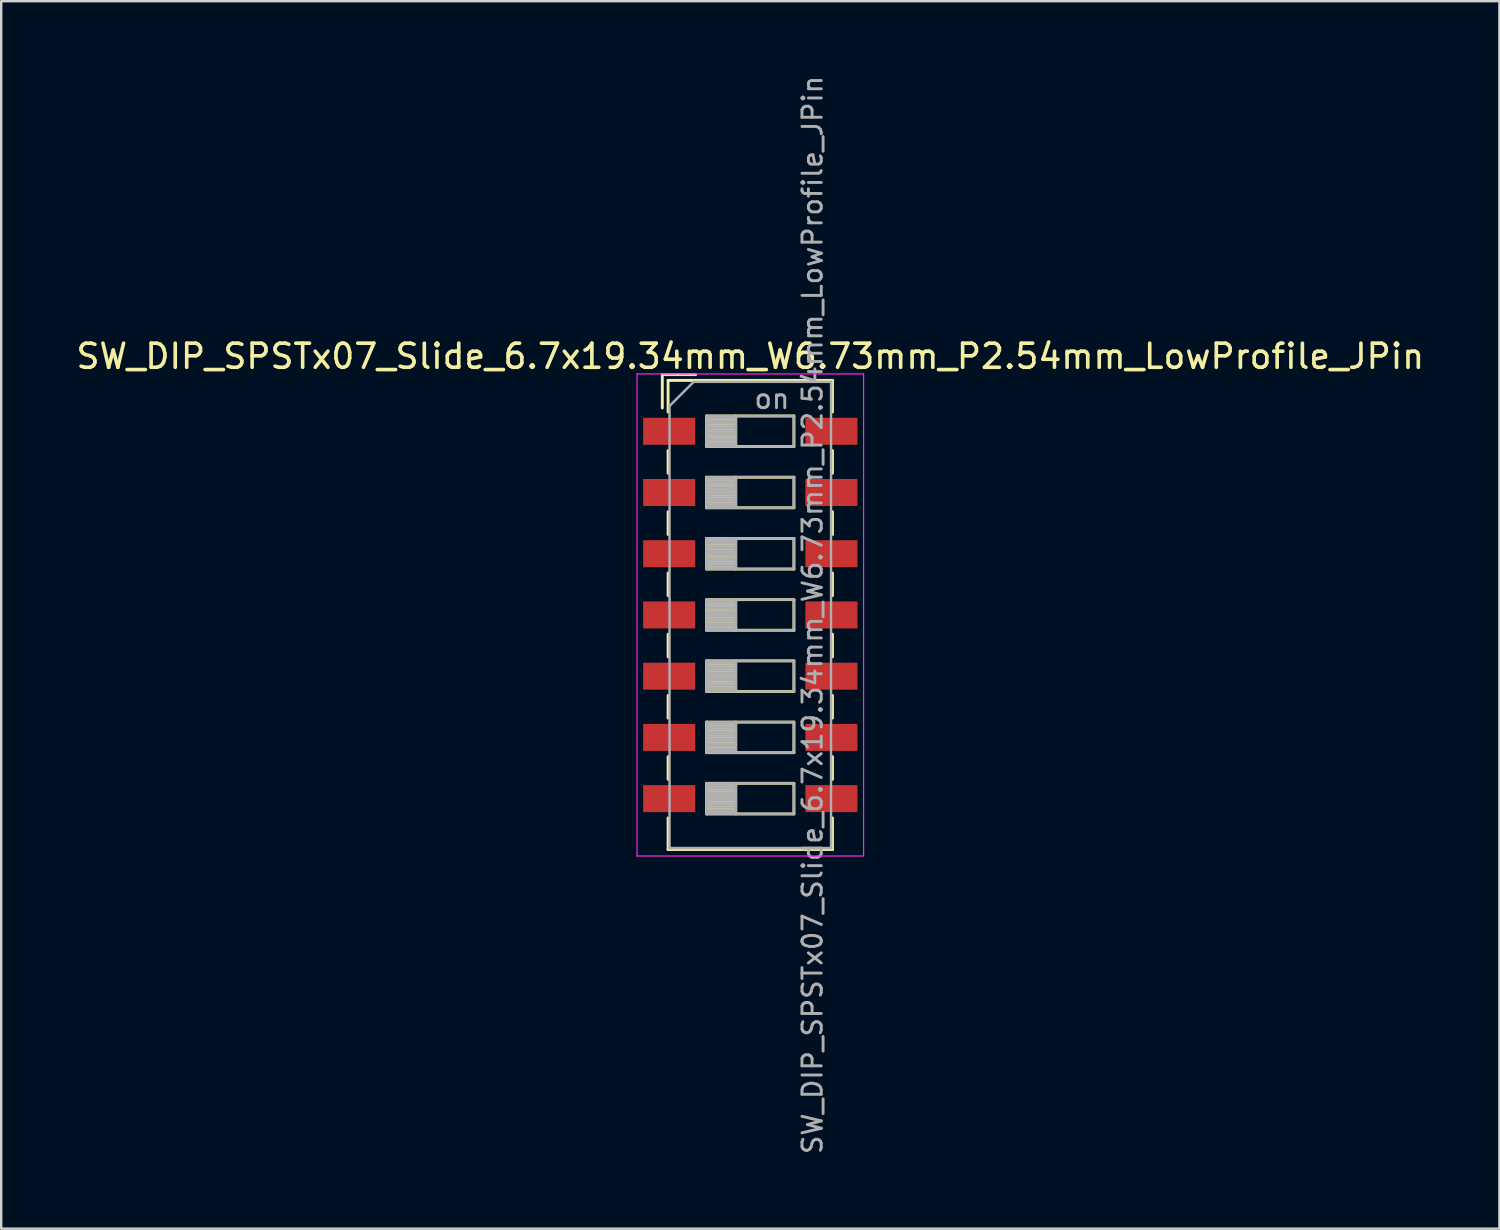
<source format=kicad_pcb>
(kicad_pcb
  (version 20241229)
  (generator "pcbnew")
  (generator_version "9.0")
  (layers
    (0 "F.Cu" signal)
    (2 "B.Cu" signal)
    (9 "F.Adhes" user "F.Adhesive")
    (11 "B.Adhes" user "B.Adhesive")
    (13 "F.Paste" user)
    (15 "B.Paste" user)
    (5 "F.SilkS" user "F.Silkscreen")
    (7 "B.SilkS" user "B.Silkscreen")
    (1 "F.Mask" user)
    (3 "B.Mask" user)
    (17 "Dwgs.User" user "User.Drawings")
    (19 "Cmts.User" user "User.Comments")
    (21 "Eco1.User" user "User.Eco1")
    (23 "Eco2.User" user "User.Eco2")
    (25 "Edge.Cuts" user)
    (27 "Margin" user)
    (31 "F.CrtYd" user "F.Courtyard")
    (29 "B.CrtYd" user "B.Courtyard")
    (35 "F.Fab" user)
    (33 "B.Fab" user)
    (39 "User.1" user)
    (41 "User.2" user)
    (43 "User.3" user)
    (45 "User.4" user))
  (footprint "SW_DIP_SPSTx07_Slide_6.7x19.34mm_W6.73mm_P2.54mm_LowProfile_JPin"
    (layer "F.Cu")
    (at 28.077 22.462)
    (property "Reference" "SW_DIP_SPSTx07_Slide_6.7x19.34mm_W6.73mm_P2.54mm_LowProfile_JPin" (at 0 -10.73 0) (layer "F.SilkS") (effects (font (size 1 1) (thickness 0.15))))
    (attr smd)
    (fp_line (start -3.65 -9.97) (end -3.65 -8.587) (stroke (width 0.12) (type solid)) (layer "F.SilkS"))
    (fp_line (start -3.65 -9.97) (end -2.267 -9.97) (stroke (width 0.12) (type solid)) (layer "F.SilkS"))
    (fp_line (start -3.41 -9.73) (end -3.41 -8.42) (stroke (width 0.12) (type solid)) (layer "F.SilkS"))
    (fp_line (start -3.41 -9.73) (end 3.41 -9.73) (stroke (width 0.12) (type solid)) (layer "F.SilkS"))
    (fp_line (start -3.41 -6.82) (end -3.41 -5.88) (stroke (width 0.12) (type solid)) (layer "F.SilkS"))
    (fp_line (start -3.41 -4.28) (end -3.41 -3.34) (stroke (width 0.12) (type solid)) (layer "F.SilkS"))
    (fp_line (start -3.41 -1.74) (end -3.41 -0.8) (stroke (width 0.12) (type solid)) (layer "F.SilkS"))
    (fp_line (start -3.41 0.8) (end -3.41 1.74) (stroke (width 0.12) (type solid)) (layer "F.SilkS"))
    (fp_line (start -3.41 3.34) (end -3.41 4.28) (stroke (width 0.12) (type solid)) (layer "F.SilkS"))
    (fp_line (start -3.41 5.88) (end -3.41 6.82) (stroke (width 0.12) (type solid)) (layer "F.SilkS"))
    (fp_line (start -3.41 8.42) (end -3.41 9.73) (stroke (width 0.12) (type solid)) (layer "F.SilkS"))
    (fp_line (start -3.41 9.73) (end 3.41 9.73) (stroke (width 0.12) (type solid)) (layer "F.SilkS"))
    (fp_line (start -1.81 -8.255) (end -1.81 -6.985) (stroke (width 0.12) (type solid)) (layer "F.SilkS"))
    (fp_line (start -1.81 -8.135) (end -0.603 -8.135) (stroke (width 0.12) (type solid)) (layer "F.SilkS"))
    (fp_line (start -1.81 -8.015) (end -0.603 -8.015) (stroke (width 0.12) (type solid)) (layer "F.SilkS"))
    (fp_line (start -1.81 -7.895) (end -0.603 -7.895) (stroke (width 0.12) (type solid)) (layer "F.SilkS"))
    (fp_line (start -1.81 -7.775) (end -0.603 -7.775) (stroke (width 0.12) (type solid)) (layer "F.SilkS"))
    (fp_line (start -1.81 -7.655) (end -0.603 -7.655) (stroke (width 0.12) (type solid)) (layer "F.SilkS"))
    (fp_line (start -1.81 -7.535) (end -0.603 -7.535) (stroke (width 0.12) (type solid)) (layer "F.SilkS"))
    (fp_line (start -1.81 -7.415) (end -0.603 -7.415) (stroke (width 0.12) (type solid)) (layer "F.SilkS"))
    (fp_line (start -1.81 -7.295) (end -0.603 -7.295) (stroke (width 0.12) (type solid)) (layer "F.SilkS"))
    (fp_line (start -1.81 -7.175) (end -0.603 -7.175) (stroke (width 0.12) (type solid)) (layer "F.SilkS"))
    (fp_line (start -1.81 -7.055) (end -0.603 -7.055) (stroke (width 0.12) (type solid)) (layer "F.SilkS"))
    (fp_line (start -1.81 -6.985) (end 1.81 -6.985) (stroke (width 0.12) (type solid)) (layer "F.SilkS"))
    (fp_line (start -1.81 -5.715) (end -1.81 -4.445) (stroke (width 0.12) (type solid)) (layer "F.SilkS"))
    (fp_line (start -1.81 -5.595) (end -0.603 -5.595) (stroke (width 0.12) (type solid)) (layer "F.SilkS"))
    (fp_line (start -1.81 -5.475) (end -0.603 -5.475) (stroke (width 0.12) (type solid)) (layer "F.SilkS"))
    (fp_line (start -1.81 -5.355) (end -0.603 -5.355) (stroke (width 0.12) (type solid)) (layer "F.SilkS"))
    (fp_line (start -1.81 -5.235) (end -0.603 -5.235) (stroke (width 0.12) (type solid)) (layer "F.SilkS"))
    (fp_line (start -1.81 -5.115) (end -0.603 -5.115) (stroke (width 0.12) (type solid)) (layer "F.SilkS"))
    (fp_line (start -1.81 -4.995) (end -0.603 -4.995) (stroke (width 0.12) (type solid)) (layer "F.SilkS"))
    (fp_line (start -1.81 -4.875) (end -0.603 -4.875) (stroke (width 0.12) (type solid)) (layer "F.SilkS"))
    (fp_line (start -1.81 -4.755) (end -0.603 -4.755) (stroke (width 0.12) (type solid)) (layer "F.SilkS"))
    (fp_line (start -1.81 -4.635) (end -0.603 -4.635) (stroke (width 0.12) (type solid)) (layer "F.SilkS"))
    (fp_line (start -1.81 -4.515) (end -0.603 -4.515) (stroke (width 0.12) (type solid)) (layer "F.SilkS"))
    (fp_line (start -1.81 -4.445) (end 1.81 -4.445) (stroke (width 0.12) (type solid)) (layer "F.SilkS"))
    (fp_line (start -1.81 -3.175) (end -1.81 -1.905) (stroke (width 0.12) (type solid)) (layer "F.SilkS"))
    (fp_line (start -1.81 -3.055) (end -0.603 -3.055) (stroke (width 0.12) (type solid)) (layer "F.SilkS"))
    (fp_line (start -1.81 -2.935) (end -0.603 -2.935) (stroke (width 0.12) (type solid)) (layer "F.SilkS"))
    (fp_line (start -1.81 -2.815) (end -0.603 -2.815) (stroke (width 0.12) (type solid)) (layer "F.SilkS"))
    (fp_line (start -1.81 -2.695) (end -0.603 -2.695) (stroke (width 0.12) (type solid)) (layer "F.SilkS"))
    (fp_line (start -1.81 -2.575) (end -0.603 -2.575) (stroke (width 0.12) (type solid)) (layer "F.SilkS"))
    (fp_line (start -1.81 -2.455) (end -0.603 -2.455) (stroke (width 0.12) (type solid)) (layer "F.SilkS"))
    (fp_line (start -1.81 -2.335) (end -0.603 -2.335) (stroke (width 0.12) (type solid)) (layer "F.SilkS"))
    (fp_line (start -1.81 -2.215) (end -0.603 -2.215) (stroke (width 0.12) (type solid)) (layer "F.SilkS"))
    (fp_line (start -1.81 -2.095) (end -0.603 -2.095) (stroke (width 0.12) (type solid)) (layer "F.SilkS"))
    (fp_line (start -1.81 -1.975) (end -0.603 -1.975) (stroke (width 0.12) (type solid)) (layer "F.SilkS"))
    (fp_line (start -1.81 -1.905) (end 1.81 -1.905) (stroke (width 0.12) (type solid)) (layer "F.SilkS"))
    (fp_line (start -1.81 -0.635) (end -1.81 0.635) (stroke (width 0.12) (type solid)) (layer "F.SilkS"))
    (fp_line (start -1.81 -0.515) (end -0.603 -0.515) (stroke (width 0.12) (type solid)) (layer "F.SilkS"))
    (fp_line (start -1.81 -0.395) (end -0.603 -0.395) (stroke (width 0.12) (type solid)) (layer "F.SilkS"))
    (fp_line (start -1.81 -0.275) (end -0.603 -0.275) (stroke (width 0.12) (type solid)) (layer "F.SilkS"))
    (fp_line (start -1.81 -0.155) (end -0.603 -0.155) (stroke (width 0.12) (type solid)) (layer "F.SilkS"))
    (fp_line (start -1.81 -0.035) (end -0.603 -0.035) (stroke (width 0.12) (type solid)) (layer "F.SilkS"))
    (fp_line (start -1.81 0.085) (end -0.603 0.085) (stroke (width 0.12) (type solid)) (layer "F.SilkS"))
    (fp_line (start -1.81 0.205) (end -0.603 0.205) (stroke (width 0.12) (type solid)) (layer "F.SilkS"))
    (fp_line (start -1.81 0.325) (end -0.603 0.325) (stroke (width 0.12) (type solid)) (layer "F.SilkS"))
    (fp_line (start -1.81 0.445) (end -0.603 0.445) (stroke (width 0.12) (type solid)) (layer "F.SilkS"))
    (fp_line (start -1.81 0.565) (end -0.603 0.565) (stroke (width 0.12) (type solid)) (layer "F.SilkS"))
    (fp_line (start -1.81 0.635) (end 1.81 0.635) (stroke (width 0.12) (type solid)) (layer "F.SilkS"))
    (fp_line (start -1.81 1.905) (end -1.81 3.175) (stroke (width 0.12) (type solid)) (layer "F.SilkS"))
    (fp_line (start -1.81 2.025) (end -0.603 2.025) (stroke (width 0.12) (type solid)) (layer "F.SilkS"))
    (fp_line (start -1.81 2.145) (end -0.603 2.145) (stroke (width 0.12) (type solid)) (layer "F.SilkS"))
    (fp_line (start -1.81 2.265) (end -0.603 2.265) (stroke (width 0.12) (type solid)) (layer "F.SilkS"))
    (fp_line (start -1.81 2.385) (end -0.603 2.385) (stroke (width 0.12) (type solid)) (layer "F.SilkS"))
    (fp_line (start -1.81 2.505) (end -0.603 2.505) (stroke (width 0.12) (type solid)) (layer "F.SilkS"))
    (fp_line (start -1.81 2.625) (end -0.603 2.625) (stroke (width 0.12) (type solid)) (layer "F.SilkS"))
    (fp_line (start -1.81 2.745) (end -0.603 2.745) (stroke (width 0.12) (type solid)) (layer "F.SilkS"))
    (fp_line (start -1.81 2.865) (end -0.603 2.865) (stroke (width 0.12) (type solid)) (layer "F.SilkS"))
    (fp_line (start -1.81 2.985) (end -0.603 2.985) (stroke (width 0.12) (type solid)) (layer "F.SilkS"))
    (fp_line (start -1.81 3.105) (end -0.603 3.105) (stroke (width 0.12) (type solid)) (layer "F.SilkS"))
    (fp_line (start -1.81 3.175) (end 1.81 3.175) (stroke (width 0.12) (type solid)) (layer "F.SilkS"))
    (fp_line (start -1.81 4.445) (end -1.81 5.715) (stroke (width 0.12) (type solid)) (layer "F.SilkS"))
    (fp_line (start -1.81 4.565) (end -0.603 4.565) (stroke (width 0.12) (type solid)) (layer "F.SilkS"))
    (fp_line (start -1.81 4.685) (end -0.603 4.685) (stroke (width 0.12) (type solid)) (layer "F.SilkS"))
    (fp_line (start -1.81 4.805) (end -0.603 4.805) (stroke (width 0.12) (type solid)) (layer "F.SilkS"))
    (fp_line (start -1.81 4.925) (end -0.603 4.925) (stroke (width 0.12) (type solid)) (layer "F.SilkS"))
    (fp_line (start -1.81 5.045) (end -0.603 5.045) (stroke (width 0.12) (type solid)) (layer "F.SilkS"))
    (fp_line (start -1.81 5.165) (end -0.603 5.165) (stroke (width 0.12) (type solid)) (layer "F.SilkS"))
    (fp_line (start -1.81 5.285) (end -0.603 5.285) (stroke (width 0.12) (type solid)) (layer "F.SilkS"))
    (fp_line (start -1.81 5.405) (end -0.603 5.405) (stroke (width 0.12) (type solid)) (layer "F.SilkS"))
    (fp_line (start -1.81 5.525) (end -0.603 5.525) (stroke (width 0.12) (type solid)) (layer "F.SilkS"))
    (fp_line (start -1.81 5.645) (end -0.603 5.645) (stroke (width 0.12) (type solid)) (layer "F.SilkS"))
    (fp_line (start -1.81 5.715) (end 1.81 5.715) (stroke (width 0.12) (type solid)) (layer "F.SilkS"))
    (fp_line (start -1.81 6.985) (end -1.81 8.255) (stroke (width 0.12) (type solid)) (layer "F.SilkS"))
    (fp_line (start -1.81 7.105) (end -0.603 7.105) (stroke (width 0.12) (type solid)) (layer "F.SilkS"))
    (fp_line (start -1.81 7.225) (end -0.603 7.225) (stroke (width 0.12) (type solid)) (layer "F.SilkS"))
    (fp_line (start -1.81 7.345) (end -0.603 7.345) (stroke (width 0.12) (type solid)) (layer "F.SilkS"))
    (fp_line (start -1.81 7.465) (end -0.603 7.465) (stroke (width 0.12) (type solid)) (layer "F.SilkS"))
    (fp_line (start -1.81 7.585) (end -0.603 7.585) (stroke (width 0.12) (type solid)) (layer "F.SilkS"))
    (fp_line (start -1.81 7.705) (end -0.603 7.705) (stroke (width 0.12) (type solid)) (layer "F.SilkS"))
    (fp_line (start -1.81 7.825) (end -0.603 7.825) (stroke (width 0.12) (type solid)) (layer "F.SilkS"))
    (fp_line (start -1.81 7.945) (end -0.603 7.945) (stroke (width 0.12) (type solid)) (layer "F.SilkS"))
    (fp_line (start -1.81 8.065) (end -0.603 8.065) (stroke (width 0.12) (type solid)) (layer "F.SilkS"))
    (fp_line (start -1.81 8.185) (end -0.603 8.185) (stroke (width 0.12) (type solid)) (layer "F.SilkS"))
    (fp_line (start -1.81 8.255) (end 1.81 8.255) (stroke (width 0.12) (type solid)) (layer "F.SilkS"))
    (fp_line (start -0.603 -8.255) (end -0.603 -6.985) (stroke (width 0.12) (type solid)) (layer "F.SilkS"))
    (fp_line (start -0.603 -5.715) (end -0.603 -4.445) (stroke (width 0.12) (type solid)) (layer "F.SilkS"))
    (fp_line (start -0.603 -3.175) (end -0.603 -1.905) (stroke (width 0.12) (type solid)) (layer "F.SilkS"))
    (fp_line (start -0.603 -0.635) (end -0.603 0.635) (stroke (width 0.12) (type solid)) (layer "F.SilkS"))
    (fp_line (start -0.603 1.905) (end -0.603 3.175) (stroke (width 0.12) (type solid)) (layer "F.SilkS"))
    (fp_line (start -0.603 4.445) (end -0.603 5.715) (stroke (width 0.12) (type solid)) (layer "F.SilkS"))
    (fp_line (start -0.603 6.985) (end -0.603 8.255) (stroke (width 0.12) (type solid)) (layer "F.SilkS"))
    (fp_line (start 1.81 -8.255) (end -1.81 -8.255) (stroke (width 0.12) (type solid)) (layer "F.SilkS"))
    (fp_line (start 1.81 -6.985) (end 1.81 -8.255) (stroke (width 0.12) (type solid)) (layer "F.SilkS"))
    (fp_line (start 1.81 -5.715) (end -1.81 -5.715) (stroke (width 0.12) (type solid)) (layer "F.SilkS"))
    (fp_line (start 1.81 -4.445) (end 1.81 -5.715) (stroke (width 0.12) (type solid)) (layer "F.SilkS"))
    (fp_line (start 1.81 -3.175) (end -1.81 -3.175) (stroke (width 0.12) (type solid)) (layer "F.SilkS"))
    (fp_line (start 1.81 -1.905) (end 1.81 -3.175) (stroke (width 0.12) (type solid)) (layer "F.SilkS"))
    (fp_line (start 1.81 -0.635) (end -1.81 -0.635) (stroke (width 0.12) (type solid)) (layer "F.SilkS"))
    (fp_line (start 1.81 0.635) (end 1.81 -0.635) (stroke (width 0.12) (type solid)) (layer "F.SilkS"))
    (fp_line (start 1.81 1.905) (end -1.81 1.905) (stroke (width 0.12) (type solid)) (layer "F.SilkS"))
    (fp_line (start 1.81 3.175) (end 1.81 1.905) (stroke (width 0.12) (type solid)) (layer "F.SilkS"))
    (fp_line (start 1.81 4.445) (end -1.81 4.445) (stroke (width 0.12) (type solid)) (layer "F.SilkS"))
    (fp_line (start 1.81 5.715) (end 1.81 4.445) (stroke (width 0.12) (type solid)) (layer "F.SilkS"))
    (fp_line (start 1.81 6.985) (end -1.81 6.985) (stroke (width 0.12) (type solid)) (layer "F.SilkS"))
    (fp_line (start 1.81 8.255) (end 1.81 6.985) (stroke (width 0.12) (type solid)) (layer "F.SilkS"))
    (fp_line (start 3.41 -9.73) (end 3.41 -8.42) (stroke (width 0.12) (type solid)) (layer "F.SilkS"))
    (fp_line (start 3.41 -6.82) (end 3.41 -5.88) (stroke (width 0.12) (type solid)) (layer "F.SilkS"))
    (fp_line (start 3.41 -4.28) (end 3.41 -3.34) (stroke (width 0.12) (type solid)) (layer "F.SilkS"))
    (fp_line (start 3.41 -1.74) (end 3.41 -0.8) (stroke (width 0.12) (type solid)) (layer "F.SilkS"))
    (fp_line (start 3.41 0.8) (end 3.41 1.74) (stroke (width 0.12) (type solid)) (layer "F.SilkS"))
    (fp_line (start 3.41 3.34) (end 3.41 4.28) (stroke (width 0.12) (type solid)) (layer "F.SilkS"))
    (fp_line (start 3.41 5.88) (end 3.41 6.82) (stroke (width 0.12) (type solid)) (layer "F.SilkS"))
    (fp_line (start 3.41 8.42) (end 3.41 9.73) (stroke (width 0.12) (type solid)) (layer "F.SilkS"))
    (fp_line (start -4.7 -10) (end -4.7 10) (stroke (width 0.05) (type solid)) (layer "F.CrtYd"))
    (fp_line (start -4.7 10) (end 4.7 10) (stroke (width 0.05) (type solid)) (layer "F.CrtYd"))
    (fp_line (start 4.7 -10) (end -4.7 -10) (stroke (width 0.05) (type solid)) (layer "F.CrtYd"))
    (fp_line (start 4.7 10) (end 4.7 -10) (stroke (width 0.05) (type solid)) (layer "F.CrtYd"))
    (fp_line (start -3.35 -8.67) (end -2.35 -9.67) (stroke (width 0.1) (type solid)) (layer "F.Fab"))
    (fp_line (start -3.35 9.67) (end -3.35 -8.67) (stroke (width 0.1) (type solid)) (layer "F.Fab"))
    (fp_line (start -2.35 -9.67) (end 3.35 -9.67) (stroke (width 0.1) (type solid)) (layer "F.Fab"))
    (fp_line (start -1.81 -8.255) (end -1.81 -6.985) (stroke (width 0.1) (type solid)) (layer "F.Fab"))
    (fp_line (start -1.81 -8.155) (end -0.603 -8.155) (stroke (width 0.1) (type solid)) (layer "F.Fab"))
    (fp_line (start -1.81 -8.055) (end -0.603 -8.055) (stroke (width 0.1) (type solid)) (layer "F.Fab"))
    (fp_line (start -1.81 -7.955) (end -0.603 -7.955) (stroke (width 0.1) (type solid)) (layer "F.Fab"))
    (fp_line (start -1.81 -7.855) (end -0.603 -7.855) (stroke (width 0.1) (type solid)) (layer "F.Fab"))
    (fp_line (start -1.81 -7.755) (end -0.603 -7.755) (stroke (width 0.1) (type solid)) (layer "F.Fab"))
    (fp_line (start -1.81 -7.655) (end -0.603 -7.655) (stroke (width 0.1) (type solid)) (layer "F.Fab"))
    (fp_line (start -1.81 -7.555) (end -0.603 -7.555) (stroke (width 0.1) (type solid)) (layer "F.Fab"))
    (fp_line (start -1.81 -7.455) (end -0.603 -7.455) (stroke (width 0.1) (type solid)) (layer "F.Fab"))
    (fp_line (start -1.81 -7.355) (end -0.603 -7.355) (stroke (width 0.1) (type solid)) (layer "F.Fab"))
    (fp_line (start -1.81 -7.255) (end -0.603 -7.255) (stroke (width 0.1) (type solid)) (layer "F.Fab"))
    (fp_line (start -1.81 -7.155) (end -0.603 -7.155) (stroke (width 0.1) (type solid)) (layer "F.Fab"))
    (fp_line (start -1.81 -7.055) (end -0.603 -7.055) (stroke (width 0.1) (type solid)) (layer "F.Fab"))
    (fp_line (start -1.81 -6.985) (end 1.81 -6.985) (stroke (width 0.1) (type solid)) (layer "F.Fab"))
    (fp_line (start -1.81 -5.715) (end -1.81 -4.445) (stroke (width 0.1) (type solid)) (layer "F.Fab"))
    (fp_line (start -1.81 -5.615) (end -0.603 -5.615) (stroke (width 0.1) (type solid)) (layer "F.Fab"))
    (fp_line (start -1.81 -5.515) (end -0.603 -5.515) (stroke (width 0.1) (type solid)) (layer "F.Fab"))
    (fp_line (start -1.81 -5.415) (end -0.603 -5.415) (stroke (width 0.1) (type solid)) (layer "F.Fab"))
    (fp_line (start -1.81 -5.315) (end -0.603 -5.315) (stroke (width 0.1) (type solid)) (layer "F.Fab"))
    (fp_line (start -1.81 -5.215) (end -0.603 -5.215) (stroke (width 0.1) (type solid)) (layer "F.Fab"))
    (fp_line (start -1.81 -5.115) (end -0.603 -5.115) (stroke (width 0.1) (type solid)) (layer "F.Fab"))
    (fp_line (start -1.81 -5.015) (end -0.603 -5.015) (stroke (width 0.1) (type solid)) (layer "F.Fab"))
    (fp_line (start -1.81 -4.915) (end -0.603 -4.915) (stroke (width 0.1) (type solid)) (layer "F.Fab"))
    (fp_line (start -1.81 -4.815) (end -0.603 -4.815) (stroke (width 0.1) (type solid)) (layer "F.Fab"))
    (fp_line (start -1.81 -4.715) (end -0.603 -4.715) (stroke (width 0.1) (type solid)) (layer "F.Fab"))
    (fp_line (start -1.81 -4.615) (end -0.603 -4.615) (stroke (width 0.1) (type solid)) (layer "F.Fab"))
    (fp_line (start -1.81 -4.515) (end -0.603 -4.515) (stroke (width 0.1) (type solid)) (layer "F.Fab"))
    (fp_line (start -1.81 -4.445) (end 1.81 -4.445) (stroke (width 0.1) (type solid)) (layer "F.Fab"))
    (fp_line (start -1.81 -3.175) (end -1.81 -1.905) (stroke (width 0.1) (type solid)) (layer "F.Fab"))
    (fp_line (start -1.81 -3.075) (end -0.603 -3.075) (stroke (width 0.1) (type solid)) (layer "F.Fab"))
    (fp_line (start -1.81 -2.975) (end -0.603 -2.975) (stroke (width 0.1) (type solid)) (layer "F.Fab"))
    (fp_line (start -1.81 -2.875) (end -0.603 -2.875) (stroke (width 0.1) (type solid)) (layer "F.Fab"))
    (fp_line (start -1.81 -2.775) (end -0.603 -2.775) (stroke (width 0.1) (type solid)) (layer "F.Fab"))
    (fp_line (start -1.81 -2.675) (end -0.603 -2.675) (stroke (width 0.1) (type solid)) (layer "F.Fab"))
    (fp_line (start -1.81 -2.575) (end -0.603 -2.575) (stroke (width 0.1) (type solid)) (layer "F.Fab"))
    (fp_line (start -1.81 -2.475) (end -0.603 -2.475) (stroke (width 0.1) (type solid)) (layer "F.Fab"))
    (fp_line (start -1.81 -2.375) (end -0.603 -2.375) (stroke (width 0.1) (type solid)) (layer "F.Fab"))
    (fp_line (start -1.81 -2.275) (end -0.603 -2.275) (stroke (width 0.1) (type solid)) (layer "F.Fab"))
    (fp_line (start -1.81 -2.175) (end -0.603 -2.175) (stroke (width 0.1) (type solid)) (layer "F.Fab"))
    (fp_line (start -1.81 -2.075) (end -0.603 -2.075) (stroke (width 0.1) (type solid)) (layer "F.Fab"))
    (fp_line (start -1.81 -1.975) (end -0.603 -1.975) (stroke (width 0.1) (type solid)) (layer "F.Fab"))
    (fp_line (start -1.81 -1.905) (end 1.81 -1.905) (stroke (width 0.1) (type solid)) (layer "F.Fab"))
    (fp_line (start -1.81 -0.635) (end -1.81 0.635) (stroke (width 0.1) (type solid)) (layer "F.Fab"))
    (fp_line (start -1.81 -0.535) (end -0.603 -0.535) (stroke (width 0.1) (type solid)) (layer "F.Fab"))
    (fp_line (start -1.81 -0.435) (end -0.603 -0.435) (stroke (width 0.1) (type solid)) (layer "F.Fab"))
    (fp_line (start -1.81 -0.335) (end -0.603 -0.335) (stroke (width 0.1) (type solid)) (layer "F.Fab"))
    (fp_line (start -1.81 -0.235) (end -0.603 -0.235) (stroke (width 0.1) (type solid)) (layer "F.Fab"))
    (fp_line (start -1.81 -0.135) (end -0.603 -0.135) (stroke (width 0.1) (type solid)) (layer "F.Fab"))
    (fp_line (start -1.81 -0.035) (end -0.603 -0.035) (stroke (width 0.1) (type solid)) (layer "F.Fab"))
    (fp_line (start -1.81 0.065) (end -0.603 0.065) (stroke (width 0.1) (type solid)) (layer "F.Fab"))
    (fp_line (start -1.81 0.165) (end -0.603 0.165) (stroke (width 0.1) (type solid)) (layer "F.Fab"))
    (fp_line (start -1.81 0.265) (end -0.603 0.265) (stroke (width 0.1) (type solid)) (layer "F.Fab"))
    (fp_line (start -1.81 0.365) (end -0.603 0.365) (stroke (width 0.1) (type solid)) (layer "F.Fab"))
    (fp_line (start -1.81 0.465) (end -0.603 0.465) (stroke (width 0.1) (type solid)) (layer "F.Fab"))
    (fp_line (start -1.81 0.565) (end -0.603 0.565) (stroke (width 0.1) (type solid)) (layer "F.Fab"))
    (fp_line (start -1.81 0.635) (end 1.81 0.635) (stroke (width 0.1) (type solid)) (layer "F.Fab"))
    (fp_line (start -1.81 1.905) (end -1.81 3.175) (stroke (width 0.1) (type solid)) (layer "F.Fab"))
    (fp_line (start -1.81 2.005) (end -0.603 2.005) (stroke (width 0.1) (type solid)) (layer "F.Fab"))
    (fp_line (start -1.81 2.105) (end -0.603 2.105) (stroke (width 0.1) (type solid)) (layer "F.Fab"))
    (fp_line (start -1.81 2.205) (end -0.603 2.205) (stroke (width 0.1) (type solid)) (layer "F.Fab"))
    (fp_line (start -1.81 2.305) (end -0.603 2.305) (stroke (width 0.1) (type solid)) (layer "F.Fab"))
    (fp_line (start -1.81 2.405) (end -0.603 2.405) (stroke (width 0.1) (type solid)) (layer "F.Fab"))
    (fp_line (start -1.81 2.505) (end -0.603 2.505) (stroke (width 0.1) (type solid)) (layer "F.Fab"))
    (fp_line (start -1.81 2.605) (end -0.603 2.605) (stroke (width 0.1) (type solid)) (layer "F.Fab"))
    (fp_line (start -1.81 2.705) (end -0.603 2.705) (stroke (width 0.1) (type solid)) (layer "F.Fab"))
    (fp_line (start -1.81 2.805) (end -0.603 2.805) (stroke (width 0.1) (type solid)) (layer "F.Fab"))
    (fp_line (start -1.81 2.905) (end -0.603 2.905) (stroke (width 0.1) (type solid)) (layer "F.Fab"))
    (fp_line (start -1.81 3.005) (end -0.603 3.005) (stroke (width 0.1) (type solid)) (layer "F.Fab"))
    (fp_line (start -1.81 3.105) (end -0.603 3.105) (stroke (width 0.1) (type solid)) (layer "F.Fab"))
    (fp_line (start -1.81 3.175) (end 1.81 3.175) (stroke (width 0.1) (type solid)) (layer "F.Fab"))
    (fp_line (start -1.81 4.445) (end -1.81 5.715) (stroke (width 0.1) (type solid)) (layer "F.Fab"))
    (fp_line (start -1.81 4.545) (end -0.603 4.545) (stroke (width 0.1) (type solid)) (layer "F.Fab"))
    (fp_line (start -1.81 4.645) (end -0.603 4.645) (stroke (width 0.1) (type solid)) (layer "F.Fab"))
    (fp_line (start -1.81 4.745) (end -0.603 4.745) (stroke (width 0.1) (type solid)) (layer "F.Fab"))
    (fp_line (start -1.81 4.845) (end -0.603 4.845) (stroke (width 0.1) (type solid)) (layer "F.Fab"))
    (fp_line (start -1.81 4.945) (end -0.603 4.945) (stroke (width 0.1) (type solid)) (layer "F.Fab"))
    (fp_line (start -1.81 5.045) (end -0.603 5.045) (stroke (width 0.1) (type solid)) (layer "F.Fab"))
    (fp_line (start -1.81 5.145) (end -0.603 5.145) (stroke (width 0.1) (type solid)) (layer "F.Fab"))
    (fp_line (start -1.81 5.245) (end -0.603 5.245) (stroke (width 0.1) (type solid)) (layer "F.Fab"))
    (fp_line (start -1.81 5.345) (end -0.603 5.345) (stroke (width 0.1) (type solid)) (layer "F.Fab"))
    (fp_line (start -1.81 5.445) (end -0.603 5.445) (stroke (width 0.1) (type solid)) (layer "F.Fab"))
    (fp_line (start -1.81 5.545) (end -0.603 5.545) (stroke (width 0.1) (type solid)) (layer "F.Fab"))
    (fp_line (start -1.81 5.645) (end -0.603 5.645) (stroke (width 0.1) (type solid)) (layer "F.Fab"))
    (fp_line (start -1.81 5.715) (end 1.81 5.715) (stroke (width 0.1) (type solid)) (layer "F.Fab"))
    (fp_line (start -1.81 6.985) (end -1.81 8.255) (stroke (width 0.1) (type solid)) (layer "F.Fab"))
    (fp_line (start -1.81 7.085) (end -0.603 7.085) (stroke (width 0.1) (type solid)) (layer "F.Fab"))
    (fp_line (start -1.81 7.185) (end -0.603 7.185) (stroke (width 0.1) (type solid)) (layer "F.Fab"))
    (fp_line (start -1.81 7.285) (end -0.603 7.285) (stroke (width 0.1) (type solid)) (layer "F.Fab"))
    (fp_line (start -1.81 7.385) (end -0.603 7.385) (stroke (width 0.1) (type solid)) (layer "F.Fab"))
    (fp_line (start -1.81 7.485) (end -0.603 7.485) (stroke (width 0.1) (type solid)) (layer "F.Fab"))
    (fp_line (start -1.81 7.585) (end -0.603 7.585) (stroke (width 0.1) (type solid)) (layer "F.Fab"))
    (fp_line (start -1.81 7.685) (end -0.603 7.685) (stroke (width 0.1) (type solid)) (layer "F.Fab"))
    (fp_line (start -1.81 7.785) (end -0.603 7.785) (stroke (width 0.1) (type solid)) (layer "F.Fab"))
    (fp_line (start -1.81 7.885) (end -0.603 7.885) (stroke (width 0.1) (type solid)) (layer "F.Fab"))
    (fp_line (start -1.81 7.985) (end -0.603 7.985) (stroke (width 0.1) (type solid)) (layer "F.Fab"))
    (fp_line (start -1.81 8.085) (end -0.603 8.085) (stroke (width 0.1) (type solid)) (layer "F.Fab"))
    (fp_line (start -1.81 8.185) (end -0.603 8.185) (stroke (width 0.1) (type solid)) (layer "F.Fab"))
    (fp_line (start -1.81 8.255) (end 1.81 8.255) (stroke (width 0.1) (type solid)) (layer "F.Fab"))
    (fp_line (start -0.603 -8.255) (end -0.603 -6.985) (stroke (width 0.1) (type solid)) (layer "F.Fab"))
    (fp_line (start -0.603 -5.715) (end -0.603 -4.445) (stroke (width 0.1) (type solid)) (layer "F.Fab"))
    (fp_line (start -0.603 -3.175) (end -0.603 -1.905) (stroke (width 0.1) (type solid)) (layer "F.Fab"))
    (fp_line (start -0.603 -0.635) (end -0.603 0.635) (stroke (width 0.1) (type solid)) (layer "F.Fab"))
    (fp_line (start -0.603 1.905) (end -0.603 3.175) (stroke (width 0.1) (type solid)) (layer "F.Fab"))
    (fp_line (start -0.603 4.445) (end -0.603 5.715) (stroke (width 0.1) (type solid)) (layer "F.Fab"))
    (fp_line (start -0.603 6.985) (end -0.603 8.255) (stroke (width 0.1) (type solid)) (layer "F.Fab"))
    (fp_line (start 1.81 -8.255) (end -1.81 -8.255) (stroke (width 0.1) (type solid)) (layer "F.Fab"))
    (fp_line (start 1.81 -6.985) (end 1.81 -8.255) (stroke (width 0.1) (type solid)) (layer "F.Fab"))
    (fp_line (start 1.81 -5.715) (end -1.81 -5.715) (stroke (width 0.1) (type solid)) (layer "F.Fab"))
    (fp_line (start 1.81 -4.445) (end 1.81 -5.715) (stroke (width 0.1) (type solid)) (layer "F.Fab"))
    (fp_line (start 1.81 -3.175) (end -1.81 -3.175) (stroke (width 0.1) (type solid)) (layer "F.Fab"))
    (fp_line (start 1.81 -1.905) (end 1.81 -3.175) (stroke (width 0.1) (type solid)) (layer "F.Fab"))
    (fp_line (start 1.81 -0.635) (end -1.81 -0.635) (stroke (width 0.1) (type solid)) (layer "F.Fab"))
    (fp_line (start 1.81 0.635) (end 1.81 -0.635) (stroke (width 0.1) (type solid)) (layer "F.Fab"))
    (fp_line (start 1.81 1.905) (end -1.81 1.905) (stroke (width 0.1) (type solid)) (layer "F.Fab"))
    (fp_line (start 1.81 3.175) (end 1.81 1.905) (stroke (width 0.1) (type solid)) (layer "F.Fab"))
    (fp_line (start 1.81 4.445) (end -1.81 4.445) (stroke (width 0.1) (type solid)) (layer "F.Fab"))
    (fp_line (start 1.81 5.715) (end 1.81 4.445) (stroke (width 0.1) (type solid)) (layer "F.Fab"))
    (fp_line (start 1.81 6.985) (end -1.81 6.985) (stroke (width 0.1) (type solid)) (layer "F.Fab"))
    (fp_line (start 1.81 8.255) (end 1.81 6.985) (stroke (width 0.1) (type solid)) (layer "F.Fab"))
    (fp_line (start 3.35 -9.67) (end 3.35 9.67) (stroke (width 0.1) (type solid)) (layer "F.Fab"))
    (fp_line (start 3.35 9.67) (end -3.35 9.67) (stroke (width 0.1) (type solid)) (layer "F.Fab"))
    (fp_text user "${REFERENCE}" (at 2.58 0 90) (layer "F.Fab") (effects (font (size 0.8 0.8) (thickness 0.12))))
    (fp_text user "on" (at 0.897 -8.963 0) (layer "F.Fab") (effects (font (size 0.8 0.8) (thickness 0.12))))
    (pad "1" smd rect (at -3.365 -7.62) (size 2.16 1.12) (layers "F.Cu" "F.Mask" "F.Paste"))
    (pad "2" smd rect (at -3.365 -5.08) (size 2.16 1.12) (layers "F.Cu" "F.Mask" "F.Paste"))
    (pad "3" smd rect (at -3.365 -2.54) (size 2.16 1.12) (layers "F.Cu" "F.Mask" "F.Paste"))
    (pad "4" smd rect (at -3.365 0) (size 2.16 1.12) (layers "F.Cu" "F.Mask" "F.Paste"))
    (pad "5" smd rect (at -3.365 2.54) (size 2.16 1.12) (layers "F.Cu" "F.Mask" "F.Paste"))
    (pad "6" smd rect (at -3.365 5.08) (size 2.16 1.12) (layers "F.Cu" "F.Mask" "F.Paste"))
    (pad "7" smd rect (at -3.365 7.62) (size 2.16 1.12) (layers "F.Cu" "F.Mask" "F.Paste"))
    (pad "8" smd rect (at 3.365 7.62) (size 2.16 1.12) (layers "F.Cu" "F.Mask" "F.Paste"))
    (pad "9" smd rect (at 3.365 5.08) (size 2.16 1.12) (layers "F.Cu" "F.Mask" "F.Paste"))
    (pad "10" smd rect (at 3.365 2.54) (size 2.16 1.12) (layers "F.Cu" "F.Mask" "F.Paste"))
    (pad "11" smd rect (at 3.365 0) (size 2.16 1.12) (layers "F.Cu" "F.Mask" "F.Paste"))
    (pad "12" smd rect (at 3.365 -2.54) (size 2.16 1.12) (layers "F.Cu" "F.Mask" "F.Paste"))
    (pad "13" smd rect (at 3.365 -5.08) (size 2.16 1.12) (layers "F.Cu" "F.Mask" "F.Paste"))
    (pad "14" smd rect (at 3.365 -7.62) (size 2.16 1.12) (layers "F.Cu" "F.Mask" "F.Paste")))
  (gr_rect
    (start -3 -3)
    (end 59.155 47.924)
    (stroke (width 0.1) (type default))
    (fill no)
    (layer "Edge.Cuts")))
</source>
